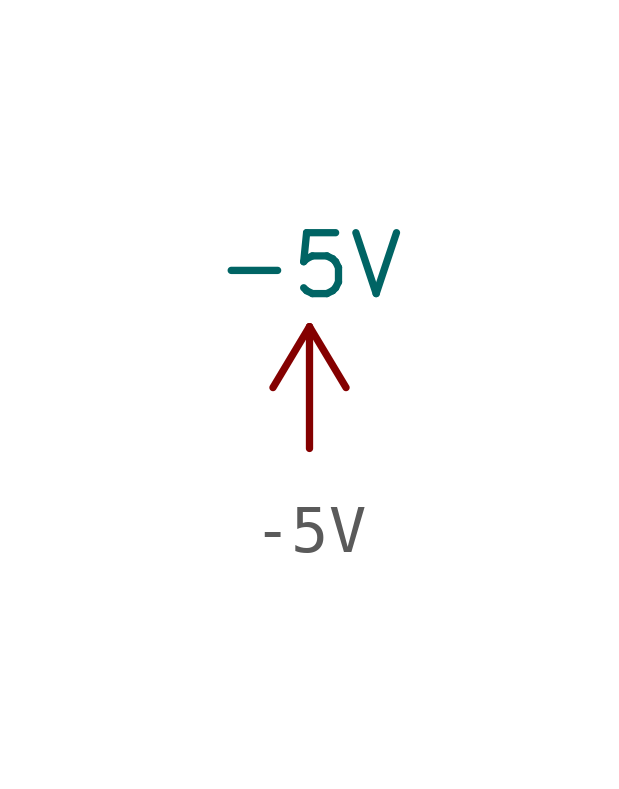
<source format=kicad_sym>
(kicad_symbol_lib
  (version 20231120)
  (generator "kicad_symbol_editor")
  (generator_version "8.0")
  (symbol "-5V"
    (power)
    (pin_names
      (offset 0))
    (property "Reference" "#PWR"
      (at 0 -1.27 0)
      (effects (font (size 1.27 1.27)) (hide yes)))
    (property "Value" "-5V"
      (at 0 3.81 0)
      (effects (font (size 1.27 1.27))))
    (symbol "-5V_1_1"
      (polyline (pts (xy -0.762 1.27) (xy 0 2.54)) (stroke (width 0) (type default)) (fill (type none)))
      (polyline (pts (xy 0 0) (xy 0 2.54)) (stroke (width 0) (type default)) (fill (type none)))
      (polyline (pts (xy 0 2.54) (xy 0.762 1.27)) (stroke (width 0) (type default)) (fill (type none)))
      (pin power_in line (at 0 0 90) (length 0) hide (name "-5V" (effects (font (size 1.27 1.27)))) (number "1" (effects (font (size 1.27 1.27))))))))
</source>
